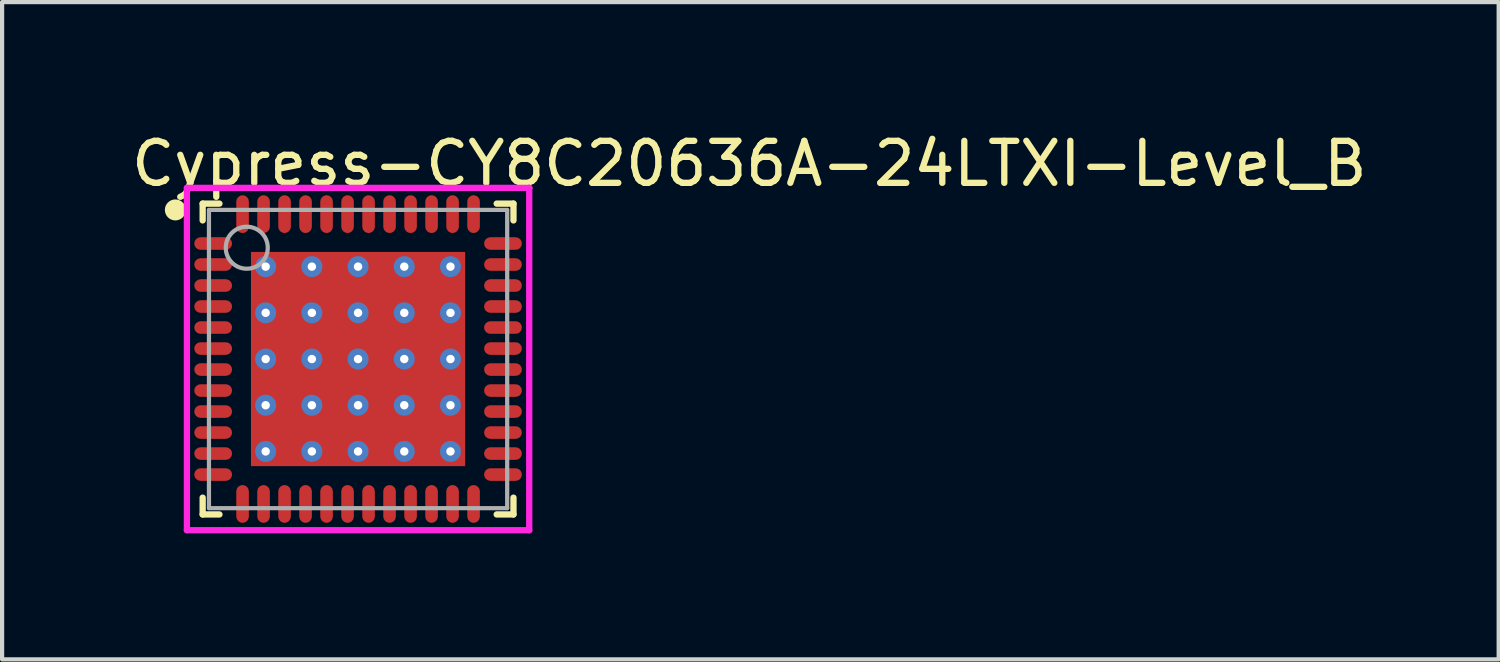
<source format=kicad_pcb>
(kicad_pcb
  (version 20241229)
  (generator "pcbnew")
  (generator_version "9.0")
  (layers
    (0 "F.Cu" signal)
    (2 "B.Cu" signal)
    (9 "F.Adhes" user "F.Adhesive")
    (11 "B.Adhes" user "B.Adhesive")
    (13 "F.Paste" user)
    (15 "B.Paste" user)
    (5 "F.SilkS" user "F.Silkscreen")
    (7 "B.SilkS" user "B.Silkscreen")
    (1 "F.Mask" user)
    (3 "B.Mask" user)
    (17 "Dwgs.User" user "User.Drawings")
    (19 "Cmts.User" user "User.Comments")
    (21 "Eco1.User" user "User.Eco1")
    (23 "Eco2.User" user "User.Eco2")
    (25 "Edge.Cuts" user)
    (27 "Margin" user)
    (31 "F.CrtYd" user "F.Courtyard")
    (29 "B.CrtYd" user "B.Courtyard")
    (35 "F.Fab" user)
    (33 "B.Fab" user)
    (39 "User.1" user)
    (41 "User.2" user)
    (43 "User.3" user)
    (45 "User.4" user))
  (footprint "Cypress-CY8C20636A-24LTXI-Level_B"
    (layer "F.Cu")
    (at 5.475 5.498)
    (property "Reference" "Cypress-CY8C20636A-24LTXI-Level_B" (at -5.475 -4.65 0) (layer "F.SilkS") (effects (font (size 1 1) (thickness 0.15)) (justify left)))
    (attr through_hole)
    (fp_line (start -3.7 -3.7) (end -3.3 -3.7) (stroke (width 0.15) (type solid)) (layer "F.SilkS"))
    (fp_line (start -3.7 -3.3) (end -3.7 -3.7) (stroke (width 0.15) (type solid)) (layer "F.SilkS"))
    (fp_line (start -3.7 3.7) (end -3.7 3.3) (stroke (width 0.15) (type solid)) (layer "F.SilkS"))
    (fp_line (start -3.7 3.7) (end -3.3 3.7) (stroke (width 0.15) (type solid)) (layer "F.SilkS"))
    (fp_line (start 3.3 -3.7) (end 3.7 -3.7) (stroke (width 0.15) (type solid)) (layer "F.SilkS"))
    (fp_line (start 3.3 3.7) (end 3.7 3.7) (stroke (width 0.15) (type solid)) (layer "F.SilkS"))
    (fp_line (start 3.7 -3.3) (end 3.7 -3.7) (stroke (width 0.15) (type solid)) (layer "F.SilkS"))
    (fp_line (start 3.7 3.7) (end 3.7 3.3) (stroke (width 0.15) (type solid)) (layer "F.SilkS"))
    (fp_circle (center -4.35 -3.55) (end -4.225 -3.55) (stroke (width 0.25) (type solid)) (fill no) (layer "F.SilkS"))
    (fp_line (start -4.075 -4.075) (end -4.075 4.075) (stroke (width 0.15) (type solid)) (layer "F.CrtYd"))
    (fp_line (start -4.075 4.075) (end 4.075 4.075) (stroke (width 0.15) (type solid)) (layer "F.CrtYd"))
    (fp_line (start 4.075 -4.075) (end -4.075 -4.075) (stroke (width 0.15) (type solid)) (layer "F.CrtYd"))
    (fp_line (start 4.075 -4.075) (end 4.075 -4.075) (stroke (width 0.15) (type solid)) (layer "F.CrtYd"))
    (fp_line (start 4.075 4.075) (end 4.075 -4.075) (stroke (width 0.15) (type solid)) (layer "F.CrtYd"))
    (fp_line (start -3.55 -3.55) (end 3.55 -3.55) (stroke (width 0.1) (type solid)) (layer "F.Fab"))
    (fp_line (start -3.55 3.55) (end -3.55 -3.55) (stroke (width 0.1) (type solid)) (layer "F.Fab"))
    (fp_line (start -3.55 3.55) (end 3.55 3.55) (stroke (width 0.1) (type solid)) (layer "F.Fab"))
    (fp_line (start 3.55 3.55) (end 3.55 -3.55) (stroke (width 0.1) (type solid)) (layer "F.Fab"))
    (fp_circle (center -2.65 -2.65) (end -2.15 -2.65) (stroke (width 0.1) (type solid)) (fill no) (layer "F.Fab"))
    (pad "1" smd roundrect (at -3.45 -2.75 270) (size 0.3 0.9) (layers "F.Cu" "F.Mask" "F.Paste") (roundrect_rratio 0.5))
    (pad "2" smd roundrect (at -3.45 -2.25 270) (size 0.3 0.9) (layers "F.Cu" "F.Mask" "F.Paste") (roundrect_rratio 0.5))
    (pad "3" smd roundrect (at -3.45 -1.75 270) (size 0.3 0.9) (layers "F.Cu" "F.Mask" "F.Paste") (roundrect_rratio 0.5))
    (pad "4" smd roundrect (at -3.45 -1.25 270) (size 0.3 0.9) (layers "F.Cu" "F.Mask" "F.Paste") (roundrect_rratio 0.5))
    (pad "5" smd roundrect (at -3.45 -0.75 270) (size 0.3 0.9) (layers "F.Cu" "F.Mask" "F.Paste") (roundrect_rratio 0.5))
    (pad "6" smd roundrect (at -3.45 -0.25 270) (size 0.3 0.9) (layers "F.Cu" "F.Mask" "F.Paste") (roundrect_rratio 0.5))
    (pad "7" smd roundrect (at -3.45 0.25 270) (size 0.3 0.9) (layers "F.Cu" "F.Mask" "F.Paste") (roundrect_rratio 0.5))
    (pad "8" smd roundrect (at -3.45 0.75 270) (size 0.3 0.9) (layers "F.Cu" "F.Mask" "F.Paste") (roundrect_rratio 0.5))
    (pad "9" smd roundrect (at -3.45 1.25 270) (size 0.3 0.9) (layers "F.Cu" "F.Mask" "F.Paste") (roundrect_rratio 0.5))
    (pad "10" smd roundrect (at -3.45 1.75 270) (size 0.3 0.9) (layers "F.Cu" "F.Mask" "F.Paste") (roundrect_rratio 0.5))
    (pad "11" smd roundrect (at -3.45 2.25 270) (size 0.3 0.9) (layers "F.Cu" "F.Mask" "F.Paste") (roundrect_rratio 0.5))
    (pad "12" smd roundrect (at -3.45 2.75 270) (size 0.3 0.9) (layers "F.Cu" "F.Mask" "F.Paste") (roundrect_rratio 0.5))
    (pad "13" smd roundrect (at -2.75 3.45) (size 0.3 0.9) (layers "F.Cu" "F.Mask" "F.Paste") (roundrect_rratio 0.5))
    (pad "14" smd roundrect (at -2.25 3.45) (size 0.3 0.9) (layers "F.Cu" "F.Mask" "F.Paste") (roundrect_rratio 0.5))
    (pad "15" smd roundrect (at -1.75 3.45) (size 0.3 0.9) (layers "F.Cu" "F.Mask" "F.Paste") (roundrect_rratio 0.5))
    (pad "16" smd roundrect (at -1.25 3.45) (size 0.3 0.9) (layers "F.Cu" "F.Mask" "F.Paste") (roundrect_rratio 0.5))
    (pad "17" smd roundrect (at -0.75 3.45) (size 0.3 0.9) (layers "F.Cu" "F.Mask" "F.Paste") (roundrect_rratio 0.5))
    (pad "18" smd roundrect (at -0.25 3.45) (size 0.3 0.9) (layers "F.Cu" "F.Mask" "F.Paste") (roundrect_rratio 0.5))
    (pad "19" smd roundrect (at 0.25 3.45) (size 0.3 0.9) (layers "F.Cu" "F.Mask" "F.Paste") (roundrect_rratio 0.5))
    (pad "20" smd roundrect (at 0.75 3.45) (size 0.3 0.9) (layers "F.Cu" "F.Mask" "F.Paste") (roundrect_rratio 0.5))
    (pad "21" smd roundrect (at 1.25 3.45) (size 0.3 0.9) (layers "F.Cu" "F.Mask" "F.Paste") (roundrect_rratio 0.5))
    (pad "22" smd roundrect (at 1.75 3.45) (size 0.3 0.9) (layers "F.Cu" "F.Mask" "F.Paste") (roundrect_rratio 0.5))
    (pad "23" smd roundrect (at 2.25 3.45) (size 0.3 0.9) (layers "F.Cu" "F.Mask" "F.Paste") (roundrect_rratio 0.5))
    (pad "24" smd roundrect (at 2.75 3.45) (size 0.3 0.9) (layers "F.Cu" "F.Mask" "F.Paste") (roundrect_rratio 0.5))
    (pad "25" smd roundrect (at 3.45 2.75 270) (size 0.3 0.9) (layers "F.Cu" "F.Mask" "F.Paste") (roundrect_rratio 0.5))
    (pad "26" smd roundrect (at 3.45 2.25 270) (size 0.3 0.9) (layers "F.Cu" "F.Mask" "F.Paste") (roundrect_rratio 0.5))
    (pad "27" smd roundrect (at 3.45 1.75 270) (size 0.3 0.9) (layers "F.Cu" "F.Mask" "F.Paste") (roundrect_rratio 0.5))
    (pad "28" smd roundrect (at 3.45 1.25 270) (size 0.3 0.9) (layers "F.Cu" "F.Mask" "F.Paste") (roundrect_rratio 0.5))
    (pad "29" smd roundrect (at 3.45 0.75 270) (size 0.3 0.9) (layers "F.Cu" "F.Mask" "F.Paste") (roundrect_rratio 0.5))
    (pad "30" smd roundrect (at 3.45 0.25 270) (size 0.3 0.9) (layers "F.Cu" "F.Mask" "F.Paste") (roundrect_rratio 0.5))
    (pad "31" smd roundrect (at 3.45 -0.25 270) (size 0.3 0.9) (layers "F.Cu" "F.Mask" "F.Paste") (roundrect_rratio 0.5))
    (pad "32" smd roundrect (at 3.45 -0.75 270) (size 0.3 0.9) (layers "F.Cu" "F.Mask" "F.Paste") (roundrect_rratio 0.5))
    (pad "33" smd roundrect (at 3.45 -1.25 270) (size 0.3 0.9) (layers "F.Cu" "F.Mask" "F.Paste") (roundrect_rratio 0.5))
    (pad "34" smd roundrect (at 3.45 -1.75 270) (size 0.3 0.9) (layers "F.Cu" "F.Mask" "F.Paste") (roundrect_rratio 0.5))
    (pad "35" smd roundrect (at 3.45 -2.25 270) (size 0.3 0.9) (layers "F.Cu" "F.Mask" "F.Paste") (roundrect_rratio 0.5))
    (pad "36" smd roundrect (at 3.45 -2.75 270) (size 0.3 0.9) (layers "F.Cu" "F.Mask" "F.Paste") (roundrect_rratio 0.5))
    (pad "37" smd roundrect (at 2.75 -3.45) (size 0.3 0.9) (layers "F.Cu" "F.Mask" "F.Paste") (roundrect_rratio 0.5))
    (pad "38" smd roundrect (at 2.25 -3.45) (size 0.3 0.9) (layers "F.Cu" "F.Mask" "F.Paste") (roundrect_rratio 0.5))
    (pad "39" smd roundrect (at 1.75 -3.45) (size 0.3 0.9) (layers "F.Cu" "F.Mask" "F.Paste") (roundrect_rratio 0.5))
    (pad "40" smd roundrect (at 1.25 -3.45) (size 0.3 0.9) (layers "F.Cu" "F.Mask" "F.Paste") (roundrect_rratio 0.5))
    (pad "41" smd roundrect (at 0.75 -3.45) (size 0.3 0.9) (layers "F.Cu" "F.Mask" "F.Paste") (roundrect_rratio 0.5))
    (pad "42" smd roundrect (at 0.25 -3.45) (size 0.3 0.9) (layers "F.Cu" "F.Mask" "F.Paste") (roundrect_rratio 0.5))
    (pad "43" smd roundrect (at -0.25 -3.45) (size 0.3 0.9) (layers "F.Cu" "F.Mask" "F.Paste") (roundrect_rratio 0.5))
    (pad "44" smd roundrect (at -0.75 -3.45) (size 0.3 0.9) (layers "F.Cu" "F.Mask" "F.Paste") (roundrect_rratio 0.5))
    (pad "45" smd roundrect (at -1.25 -3.45) (size 0.3 0.9) (layers "F.Cu" "F.Mask" "F.Paste") (roundrect_rratio 0.5))
    (pad "46" smd roundrect (at -1.75 -3.45) (size 0.3 0.9) (layers "F.Cu" "F.Mask" "F.Paste") (roundrect_rratio 0.5))
    (pad "47" smd roundrect (at -2.25 -3.45) (size 0.3 0.9) (layers "F.Cu" "F.Mask" "F.Paste") (roundrect_rratio 0.5))
    (pad "48" smd roundrect (at -2.75 -3.45) (size 0.3 0.9) (layers "F.Cu" "F.Mask" "F.Paste") (roundrect_rratio 0.5))
    (pad "49" smd rect (at 0 0) (size 5.1 5.1) (layers "F.Cu" "F.Mask" "F.Paste"))
    (pad "~" thru_hole circle (at -2.2 -2.2) (size 0.5 0.5) (drill 0.2) (layers "*.Cu"))
    (pad "~" thru_hole circle (at -2.2 -1.1) (size 0.5 0.5) (drill 0.2) (layers "*.Cu"))
    (pad "~" thru_hole circle (at -2.2 0) (size 0.5 0.5) (drill 0.2) (layers "*.Cu"))
    (pad "~" thru_hole circle (at -2.2 1.1) (size 0.5 0.5) (drill 0.2) (layers "*.Cu"))
    (pad "~" thru_hole circle (at -2.2 2.2) (size 0.5 0.5) (drill 0.2) (layers "*.Cu"))
    (pad "~" thru_hole circle (at -1.1 -2.2) (size 0.5 0.5) (drill 0.2) (layers "*.Cu"))
    (pad "~" thru_hole circle (at -1.1 -1.1) (size 0.5 0.5) (drill 0.2) (layers "*.Cu"))
    (pad "~" thru_hole circle (at -1.1 0) (size 0.5 0.5) (drill 0.2) (layers "*.Cu"))
    (pad "~" thru_hole circle (at -1.1 1.1) (size 0.5 0.5) (drill 0.2) (layers "*.Cu"))
    (pad "~" thru_hole circle (at -1.1 2.2) (size 0.5 0.5) (drill 0.2) (layers "*.Cu"))
    (pad "~" thru_hole circle (at 0 -2.2) (size 0.5 0.5) (drill 0.2) (layers "*.Cu"))
    (pad "~" thru_hole circle (at 0 -1.1) (size 0.5 0.5) (drill 0.2) (layers "*.Cu"))
    (pad "~" thru_hole circle (at 0 0) (size 0.5 0.5) (drill 0.2) (layers "*.Cu"))
    (pad "~" thru_hole circle (at 0 1.1) (size 0.5 0.5) (drill 0.2) (layers "*.Cu"))
    (pad "~" thru_hole circle (at 0 2.2) (size 0.5 0.5) (drill 0.2) (layers "*.Cu"))
    (pad "~" thru_hole circle (at 1.1 -2.2) (size 0.5 0.5) (drill 0.2) (layers "*.Cu"))
    (pad "~" thru_hole circle (at 1.1 -1.1) (size 0.5 0.5) (drill 0.2) (layers "*.Cu"))
    (pad "~" thru_hole circle (at 1.1 0) (size 0.5 0.5) (drill 0.2) (layers "*.Cu"))
    (pad "~" thru_hole circle (at 1.1 1.1) (size 0.5 0.5) (drill 0.2) (layers "*.Cu"))
    (pad "~" thru_hole circle (at 1.1 2.2) (size 0.5 0.5) (drill 0.2) (layers "*.Cu"))
    (pad "~" thru_hole circle (at 2.2 -2.2) (size 0.5 0.5) (drill 0.2) (layers "*.Cu"))
    (pad "~" thru_hole circle (at 2.2 -1.1) (size 0.5 0.5) (drill 0.2) (layers "*.Cu"))
    (pad "~" thru_hole circle (at 2.2 0) (size 0.5 0.5) (drill 0.2) (layers "*.Cu"))
    (pad "~" thru_hole circle (at 2.2 1.1) (size 0.5 0.5) (drill 0.2) (layers "*.Cu"))
    (pad "~" thru_hole circle (at 2.2 2.2) (size 0.5 0.5) (drill 0.2) (layers "*.Cu")))
  (gr_rect
    (start -3 -3)
    (end 32.631 12.648)
    (stroke (width 0.1) (type default))
    (fill no)
    (layer "Edge.Cuts")))
</source>
